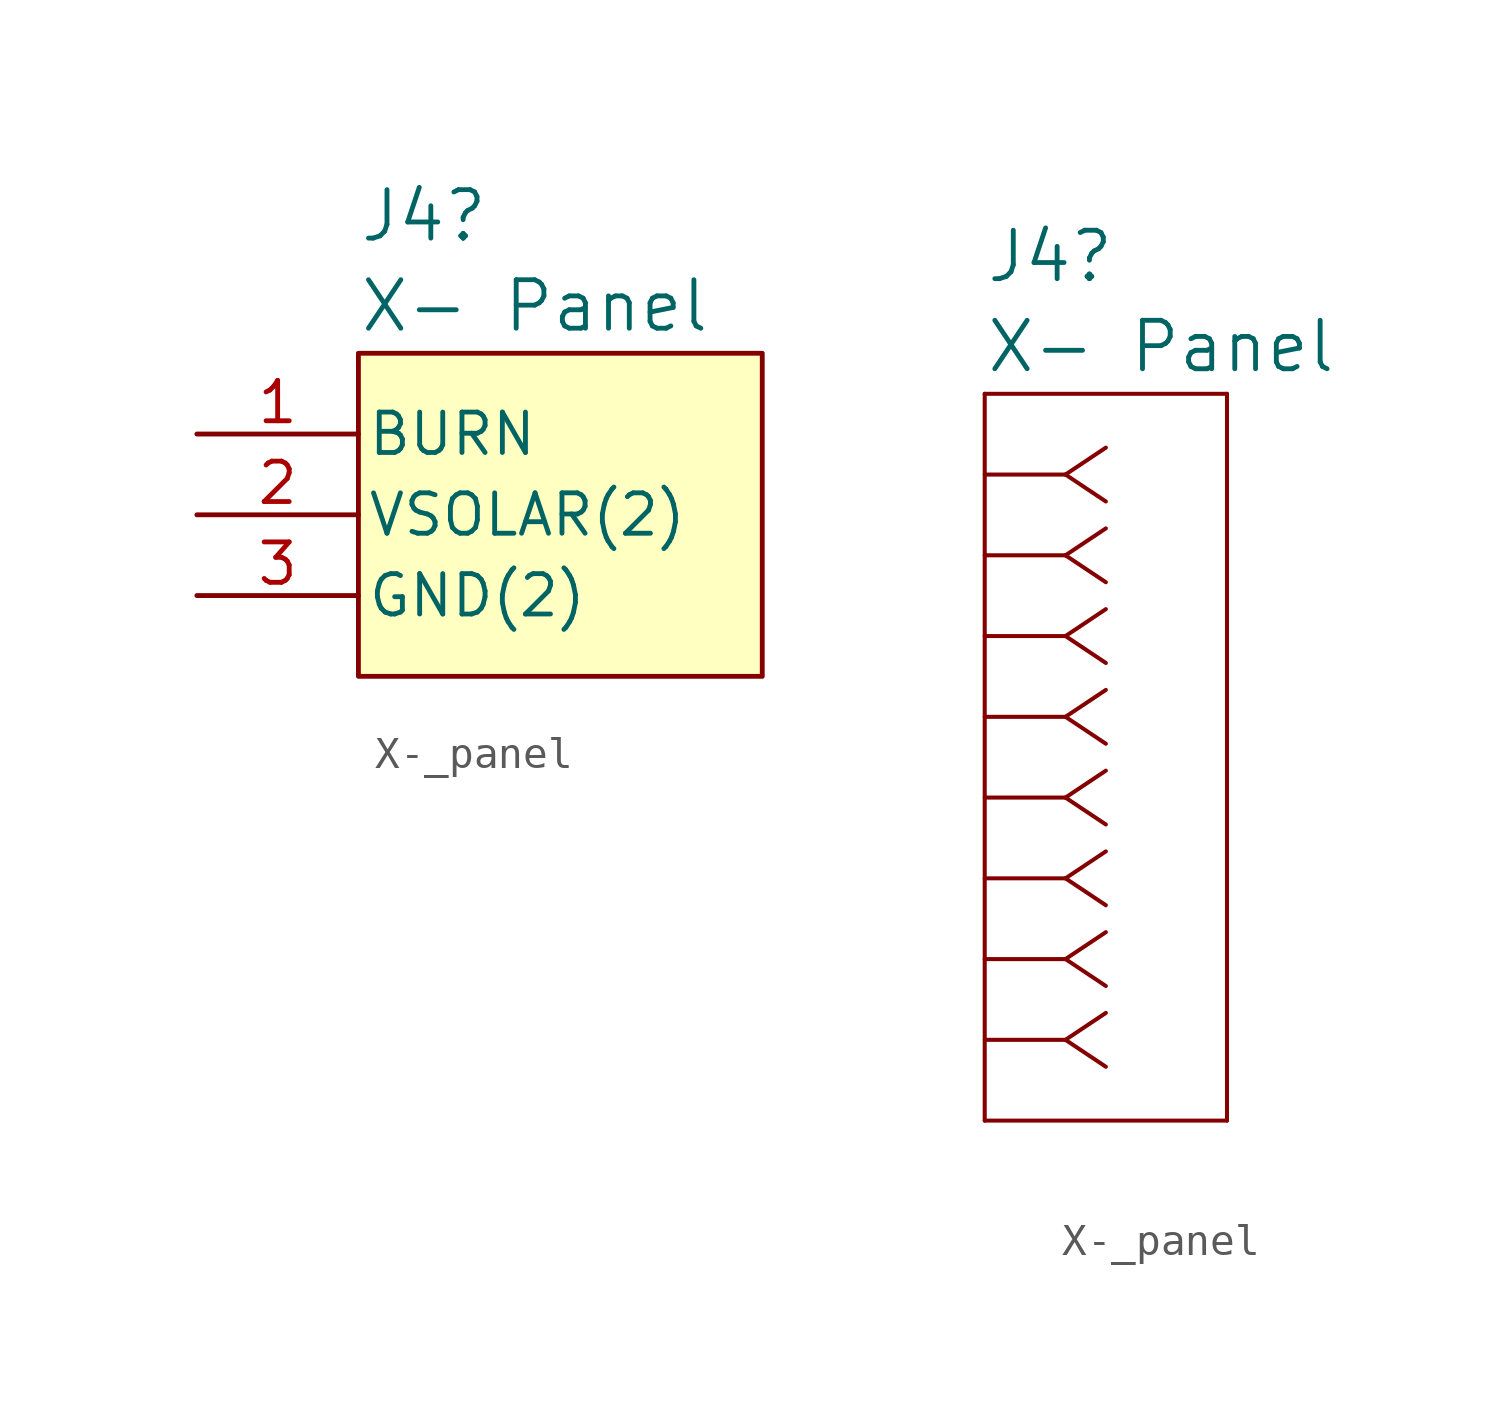
<source format=kicad_sym>
(kicad_symbol_lib
  (version 20241209)
  (generator "kicad_symbol_editor")
  (generator_version "9.0")
  (symbol "X-_panel"
    (pin_names
      (offset 0.254))
    (property "Reference" "J4"
      (at 5.08 6.858 0)
      (effects (font (size 1.524 1.524)) (justify left)))
    (property "Value" "X- Panel"
      (at 5.08 4.025 0)
      (effects (font (size 1.524 1.524)) (justify left)))
    (symbol "X-_panel_1_1"
      (rectangle (start 5.08 2.54) (end 17.78 -7.62) (stroke (width 0) (type default)) (fill (type background)))
      (pin passive line (at 0 0 0) (length 5.08) (name "BURN" (effects (font (size 1.27 1.27)))) (number "1" (effects (font (size 1.27 1.27)))))
      (pin passive line (at 0 -2.54 0) (length 5.08) (name "VSOLAR(2)" (effects (font (size 1.27 1.27)))) (number "2" (effects (font (size 1.27 1.27)))))
      (pin passive line (at 0 -5.08 0) (length 5.08) (name "GND(2)" (effects (font (size 1.27 1.27)))) (number "3" (effects (font (size 1.27 1.27))))))
    (symbol "X-_panel_1_2"
      (polyline (pts (xy 5.08 2.54) (xy 5.08 -20.32)) (stroke (width 0.127) (type default)) (fill (type none)))
      (polyline (pts (xy 5.08 -20.32) (xy 12.7 -20.32)) (stroke (width 0.127) (type default)) (fill (type none)))
      (polyline (pts (xy 7.62 0) (xy 5.08 0)) (stroke (width 0.127) (type default)) (fill (type none)))
      (polyline (pts (xy 7.62 0) (xy 8.89 0.847)) (stroke (width 0.127) (type default)) (fill (type none)))
      (polyline (pts (xy 7.62 0) (xy 8.89 -0.847)) (stroke (width 0.127) (type default)) (fill (type none)))
      (polyline (pts (xy 7.62 -2.54) (xy 5.08 -2.54)) (stroke (width 0.127) (type default)) (fill (type none)))
      (polyline (pts (xy 7.62 -2.54) (xy 8.89 -1.693)) (stroke (width 0.127) (type default)) (fill (type none)))
      (polyline (pts (xy 7.62 -2.54) (xy 8.89 -3.387)) (stroke (width 0.127) (type default)) (fill (type none)))
      (polyline (pts (xy 7.62 -5.08) (xy 5.08 -5.08)) (stroke (width 0.127) (type default)) (fill (type none)))
      (polyline (pts (xy 7.62 -5.08) (xy 8.89 -4.233)) (stroke (width 0.127) (type default)) (fill (type none)))
      (polyline (pts (xy 7.62 -5.08) (xy 8.89 -5.927)) (stroke (width 0.127) (type default)) (fill (type none)))
      (polyline (pts (xy 7.62 -7.62) (xy 5.08 -7.62)) (stroke (width 0.127) (type default)) (fill (type none)))
      (polyline (pts (xy 7.62 -7.62) (xy 8.89 -6.773)) (stroke (width 0.127) (type default)) (fill (type none)))
      (polyline (pts (xy 7.62 -7.62) (xy 8.89 -8.467)) (stroke (width 0.127) (type default)) (fill (type none)))
      (polyline (pts (xy 7.62 -10.16) (xy 5.08 -10.16)) (stroke (width 0.127) (type default)) (fill (type none)))
      (polyline (pts (xy 7.62 -10.16) (xy 8.89 -9.313)) (stroke (width 0.127) (type default)) (fill (type none)))
      (polyline (pts (xy 7.62 -10.16) (xy 8.89 -11.007)) (stroke (width 0.127) (type default)) (fill (type none)))
      (polyline (pts (xy 7.62 -12.7) (xy 5.08 -12.7)) (stroke (width 0.127) (type default)) (fill (type none)))
      (polyline (pts (xy 7.62 -12.7) (xy 8.89 -11.853)) (stroke (width 0.127) (type default)) (fill (type none)))
      (polyline (pts (xy 7.62 -12.7) (xy 8.89 -13.547)) (stroke (width 0.127) (type default)) (fill (type none)))
      (polyline (pts (xy 7.62 -15.24) (xy 5.08 -15.24)) (stroke (width 0.127) (type default)) (fill (type none)))
      (polyline (pts (xy 7.62 -15.24) (xy 8.89 -14.393)) (stroke (width 0.127) (type default)) (fill (type none)))
      (polyline (pts (xy 7.62 -15.24) (xy 8.89 -16.087)) (stroke (width 0.127) (type default)) (fill (type none)))
      (polyline (pts (xy 7.62 -17.78) (xy 5.08 -17.78)) (stroke (width 0.127) (type default)) (fill (type none)))
      (polyline (pts (xy 7.62 -17.78) (xy 8.89 -16.933)) (stroke (width 0.127) (type default)) (fill (type none)))
      (polyline (pts (xy 7.62 -17.78) (xy 8.89 -18.627)) (stroke (width 0.127) (type default)) (fill (type none)))
      (polyline (pts (xy 12.7 2.54) (xy 5.08 2.54)) (stroke (width 0.127) (type default)) (fill (type none)))
      (polyline (pts (xy 12.7 -20.32) (xy 12.7 2.54)) (stroke (width 0.127) (type default)) (fill (type none))))))
</source>
